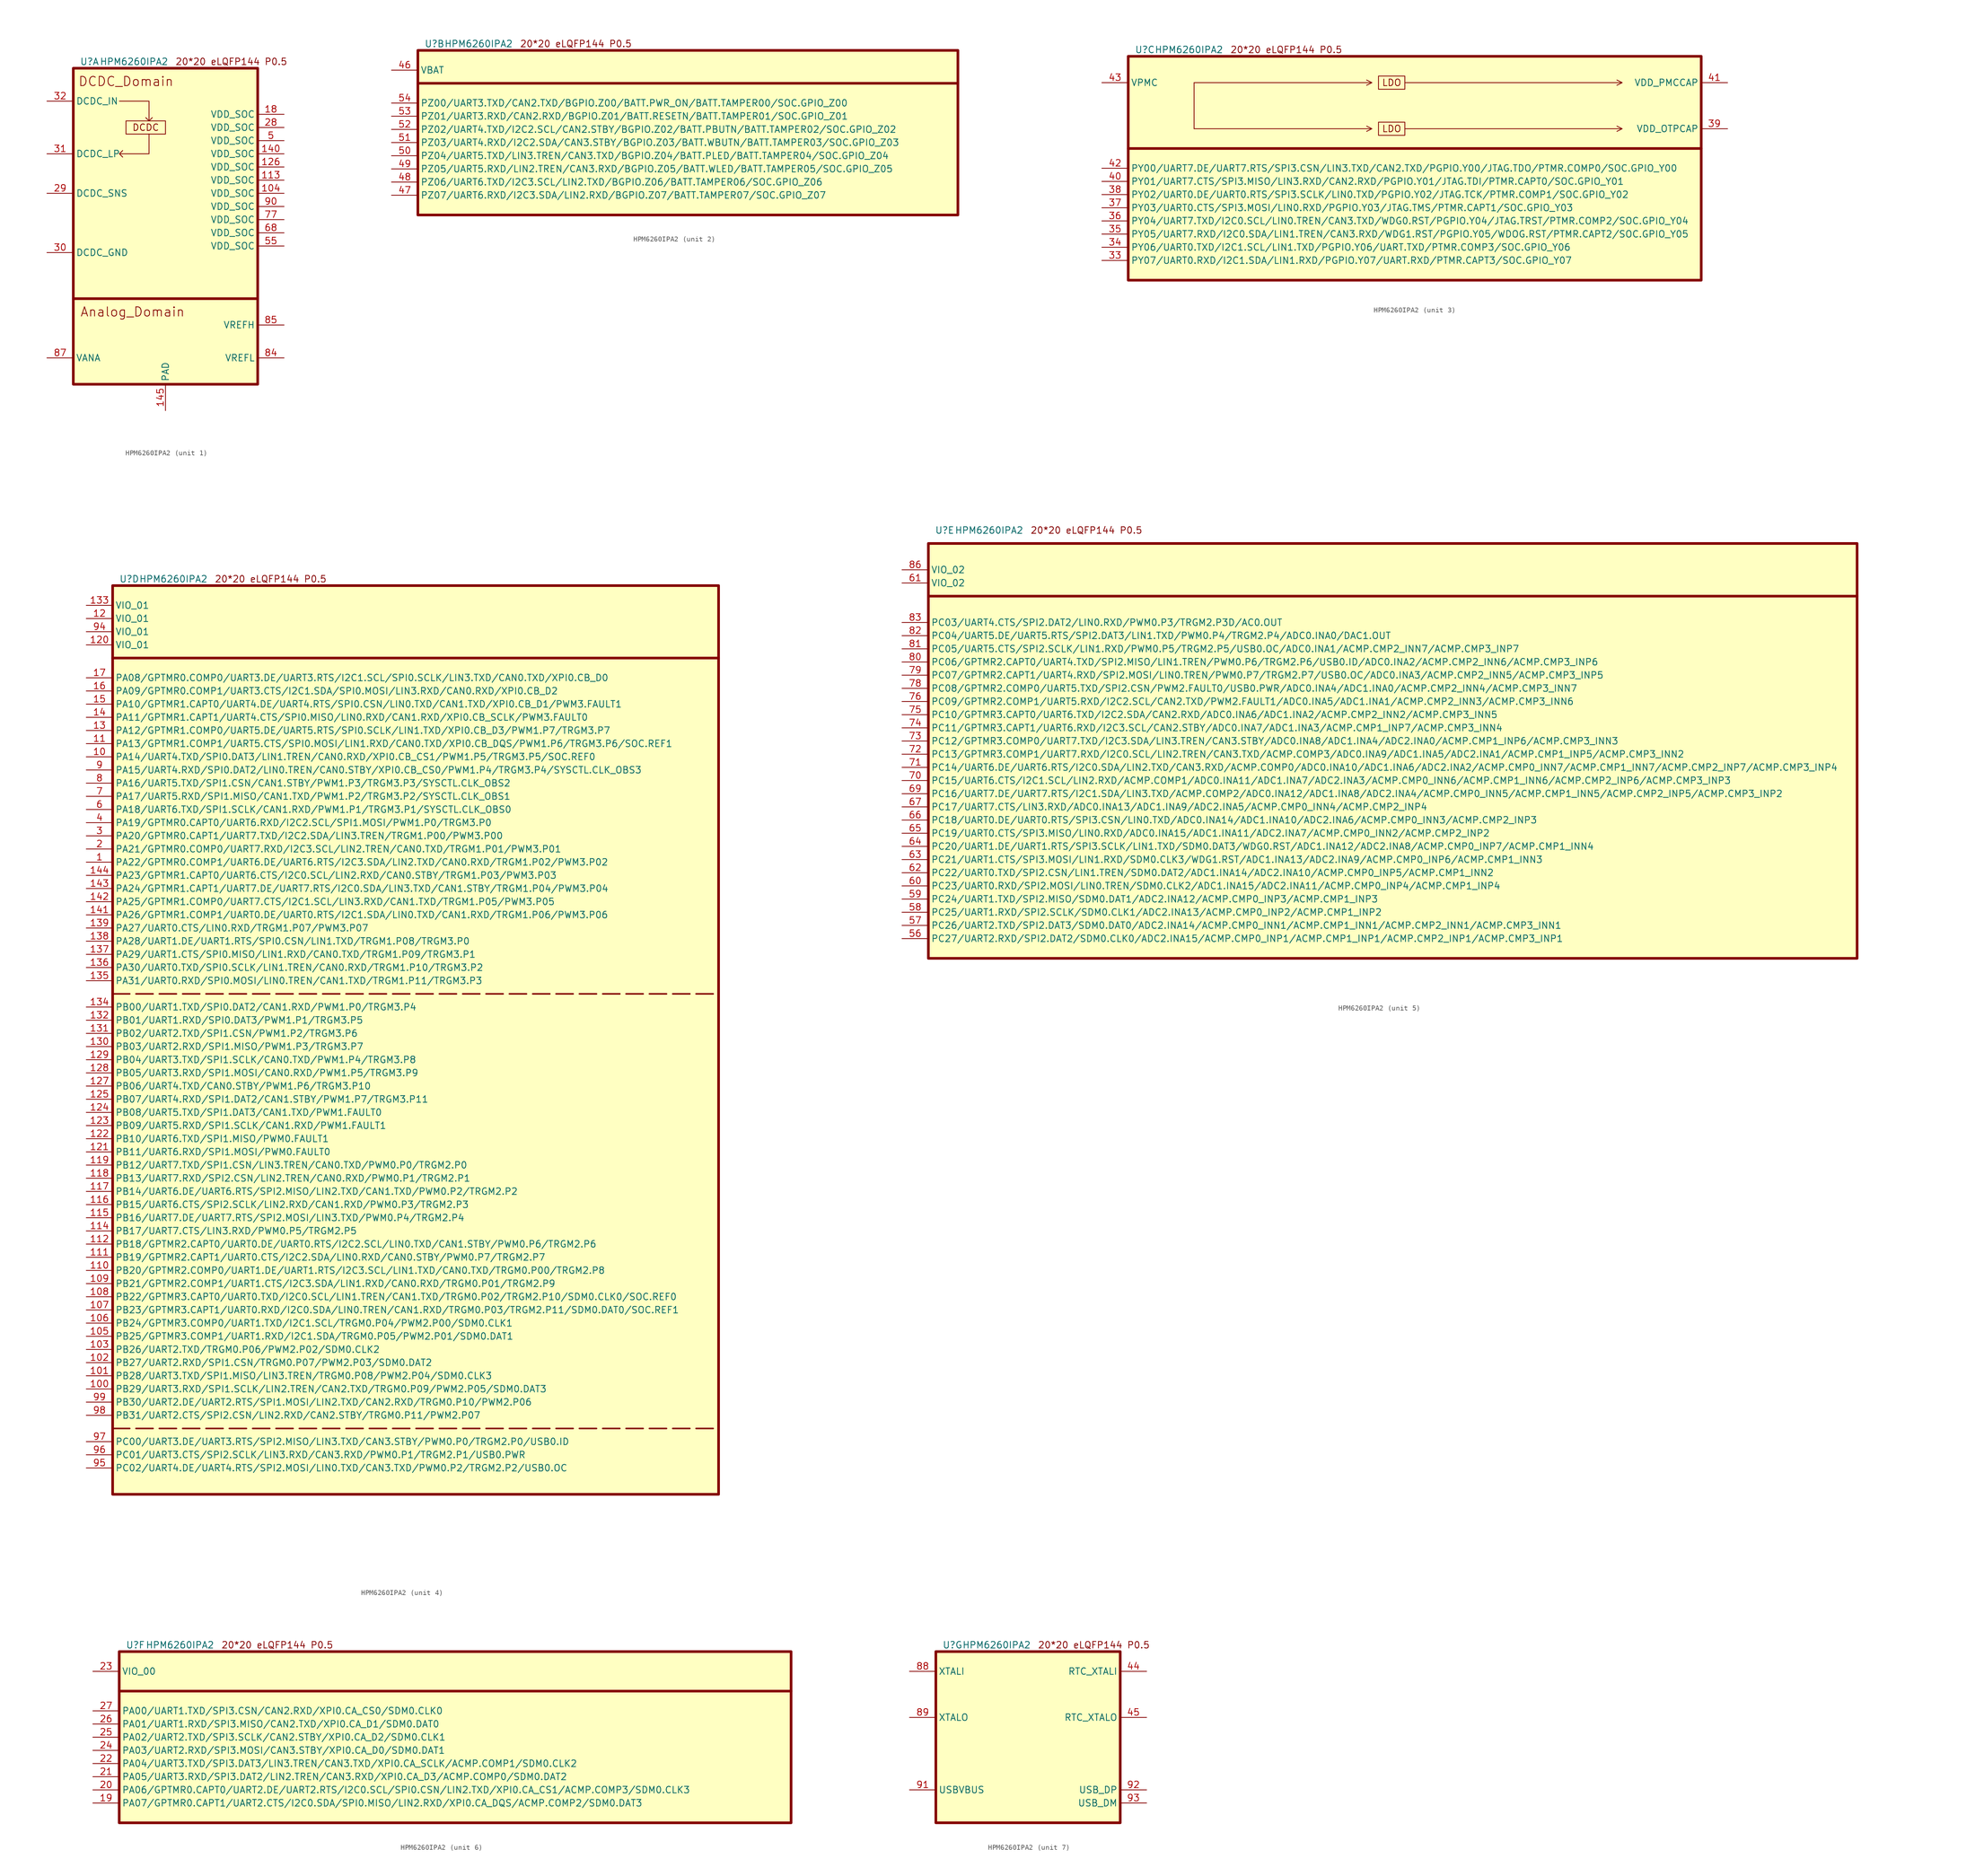
<source format=kicad_sym>
(kicad_symbol_lib
  (version 20220914)
  (generator kicad_symbol_editor)
  (symbol "HPM6260IPA2"
    (property "Reference" "U"
      (at 1.27 1.27 0)
      (effects (font (size 1.27 1.27)) (justify left)))
    (property "Value" "HPM6260IPA2"
      (at 5.08 1.27 0)
      (effects (font (size 1.27 1.27)) (justify left)))
    (property "ki_locked" ""
      (at 0 0 0)
      (effects (font (size 1.27 1.27))))
    (symbol "HPM6260IPA2_0_0"
      (text "20*20 eLQFP144 P0.5" (at 30.48 1.27 0) (effects (font (size 1.27 1.27)))))
    (symbol "HPM6260IPA2_1_1"
      (polyline (pts (xy 0 -44.45) (xy 35.56 -44.45)) (stroke (width 0.508) (type default)) (fill (type none)))
      (polyline (pts (xy 8.89 -6.35) (xy 14.605 -6.35) (xy 14.605 -10.16) (xy 13.97 -9.525) (xy 14.605 -10.16) (xy 15.24 -9.525)) (stroke (width 0) (type default)) (fill (type none)))
      (polyline (pts (xy 14.605 -12.7) (xy 14.605 -16.51) (xy 8.89 -16.51) (xy 9.525 -15.875) (xy 8.89 -16.51) (xy 9.525 -17.145)) (stroke (width 0) (type default)) (fill (type none)))
      (rectangle (start 0 0) (end 35.56 -60.96) (stroke (width 0.508) (type default)) (fill (type background)))
      (rectangle (start 10.16 -10.16) (end 17.78 -12.7) (stroke (width 0) (type default)) (fill (type none)))
      (text "Analog_Domain" (at 11.43 -46.99 0) (effects (font (size 1.778 1.778))))
      (text "DCDC" (at 13.97 -11.43 0) (effects (font (size 1.27 1.27))))
      (text "DCDC_Domain" (at 10.16 -2.54 0) (effects (font (size 1.778 1.778))))
      (pin power_in line (at 40.64 -24.13 180) (length 5.08) (name "VDD_SOC" (effects (font (size 1.27 1.27)))) (number "104" (effects (font (size 1.27 1.27)))))
      (pin power_in line (at 40.64 -21.59 180) (length 5.08) (name "VDD_SOC" (effects (font (size 1.27 1.27)))) (number "113" (effects (font (size 1.27 1.27)))))
      (pin power_in line (at 40.64 -19.05 180) (length 5.08) (name "VDD_SOC" (effects (font (size 1.27 1.27)))) (number "126" (effects (font (size 1.27 1.27)))))
      (pin power_in line (at 40.64 -16.51 180) (length 5.08) (name "VDD_SOC" (effects (font (size 1.27 1.27)))) (number "140" (effects (font (size 1.27 1.27)))))
      (pin power_out line (at 17.78 -66.04 90) (length 5.08) (name "PAD" (effects (font (size 1.27 1.27)))) (number "145" (effects (font (size 1.27 1.27)))))
      (pin power_in line (at 40.64 -8.89 180) (length 5.08) (name "VDD_SOC" (effects (font (size 1.27 1.27)))) (number "18" (effects (font (size 1.27 1.27)))))
      (pin power_in line (at 40.64 -11.43 180) (length 5.08) (name "VDD_SOC" (effects (font (size 1.27 1.27)))) (number "28" (effects (font (size 1.27 1.27)))))
      (pin input line (at -5.08 -24.13 0) (length 5.08) (name "DCDC_SNS" (effects (font (size 1.27 1.27)))) (number "29" (effects (font (size 1.27 1.27)))))
      (pin power_out line (at -5.08 -35.56 0) (length 5.08) (name "DCDC_GND" (effects (font (size 1.27 1.27)))) (number "30" (effects (font (size 1.27 1.27)))))
      (pin power_out line (at -5.08 -16.51 0) (length 5.08) (name "DCDC_LP" (effects (font (size 1.27 1.27)))) (number "31" (effects (font (size 1.27 1.27)))))
      (pin power_in line (at -5.08 -6.35 0) (length 5.08) (name "DCDC_IN" (effects (font (size 1.27 1.27)))) (number "32" (effects (font (size 1.27 1.27)))))
      (pin power_in line (at 40.64 -13.97 180) (length 5.08) (name "VDD_SOC" (effects (font (size 1.27 1.27)))) (number "5" (effects (font (size 1.27 1.27)))))
      (pin power_in line (at 40.64 -34.29 180) (length 5.08) (name "VDD_SOC" (effects (font (size 1.27 1.27)))) (number "55" (effects (font (size 1.27 1.27)))))
      (pin power_in line (at 40.64 -31.75 180) (length 5.08) (name "VDD_SOC" (effects (font (size 1.27 1.27)))) (number "68" (effects (font (size 1.27 1.27)))))
      (pin power_in line (at 40.64 -29.21 180) (length 5.08) (name "VDD_SOC" (effects (font (size 1.27 1.27)))) (number "77" (effects (font (size 1.27 1.27)))))
      (pin power_out line (at 40.64 -55.88 180) (length 5.08) (name "VREFL" (effects (font (size 1.27 1.27)))) (number "84" (effects (font (size 1.27 1.27)))))
      (pin power_in line (at 40.64 -49.53 180) (length 5.08) (name "VREFH" (effects (font (size 1.27 1.27)))) (number "85" (effects (font (size 1.27 1.27)))))
      (pin power_in line (at -5.08 -55.88 0) (length 5.08) (name "VANA" (effects (font (size 1.27 1.27)))) (number "87" (effects (font (size 1.27 1.27)))))
      (pin power_in line (at 40.64 -26.67 180) (length 5.08) (name "VDD_SOC" (effects (font (size 1.27 1.27)))) (number "90" (effects (font (size 1.27 1.27))))))
    (symbol "HPM6260IPA2_2_1"
      (polyline (pts (xy 0 -6.35) (xy 104.14 -6.35)) (stroke (width 0.5) (type default)) (fill (type none)))
      (rectangle (start 0 0) (end 104.14 -31.75) (stroke (width 0.508) (type default)) (fill (type background)))
      (pin power_in line (at -5.08 -3.81 0) (length 5.08) (name "VBAT" (effects (font (size 1.27 1.27)))) (number "46" (effects (font (size 1.27 1.27)))))
      (pin bidirectional line (at -5.08 -27.94 0) (length 5.08) (name "PZ07/UART6.RXD/I2C3.SDA/LIN2.RXD/BGPIO.Z07/BATT.TAMPER07/SOC.GPIO_Z07" (effects (font (size 1.27 1.27)))) (number "47" (effects (font (size 1.27 1.27)))))
      (pin bidirectional line (at -5.08 -25.4 0) (length 5.08) (name "PZ06/UART6.TXD/I2C3.SCL/LIN2.TXD/BGPIO.Z06/BATT.TAMPER06/SOC.GPIO_Z06" (effects (font (size 1.27 1.27)))) (number "48" (effects (font (size 1.27 1.27)))))
      (pin bidirectional line (at -5.08 -22.86 0) (length 5.08) (name "PZ05/UART5.RXD/LIN2.TREN/CAN3.RXD/BGPIO.Z05/BATT.WLED/BATT.TAMPER05/SOC.GPIO_Z05" (effects (font (size 1.27 1.27)))) (number "49" (effects (font (size 1.27 1.27)))))
      (pin bidirectional line (at -5.08 -20.32 0) (length 5.08) (name "PZ04/UART5.TXD/LIN3.TREN/CAN3.TXD/BGPIO.Z04/BATT.PLED/BATT.TAMPER04/SOC.GPIO_Z04" (effects (font (size 1.27 1.27)))) (number "50" (effects (font (size 1.27 1.27)))))
      (pin bidirectional line (at -5.08 -17.78 0) (length 5.08) (name "PZ03/UART4.RXD/I2C2.SDA/CAN3.STBY/BGPIO.Z03/BATT.WBUTN/BATT.TAMPER03/SOC.GPIO_Z03" (effects (font (size 1.27 1.27)))) (number "51" (effects (font (size 1.27 1.27)))))
      (pin bidirectional line (at -5.08 -15.24 0) (length 5.08) (name "PZ02/UART4.TXD/I2C2.SCL/CAN2.STBY/BGPIO.Z02/BATT.PBUTN/BATT.TAMPER02/SOC.GPIO_Z02" (effects (font (size 1.27 1.27)))) (number "52" (effects (font (size 1.27 1.27)))))
      (pin bidirectional line (at -5.08 -12.7 0) (length 5.08) (name "PZ01/UART3.RXD/CAN2.RXD/BGPIO.Z01/BATT.RESETN/BATT.TAMPER01/SOC.GPIO_Z01" (effects (font (size 1.27 1.27)))) (number "53" (effects (font (size 1.27 1.27)))))
      (pin bidirectional line (at -5.08 -10.16 0) (length 5.08) (name "PZ00/UART3.TXD/CAN2.TXD/BGPIO.Z00/BATT.PWR_ON/BATT.TAMPER00/SOC.GPIO_Z00" (effects (font (size 1.27 1.27)))) (number "54" (effects (font (size 1.27 1.27))))))
    (symbol "HPM6260IPA2_3_0"
      (polyline (pts (xy 12.7 -13.97) (xy 46.99 -13.97) (xy 45.974 -13.462) (xy 46.99 -13.97) (xy 45.974 -14.478)) (stroke (width 0) (type default)) (fill (type none)))
      (polyline (pts (xy 12.7 -5.08) (xy 46.99 -5.08) (xy 45.974 -4.572) (xy 46.99 -5.08) (xy 45.974 -5.588)) (stroke (width 0) (type default)) (fill (type none)))
      (polyline (pts (xy 53.34 -13.97) (xy 95.25 -13.97) (xy 94.234 -13.462) (xy 95.25 -13.97) (xy 94.234 -14.478)) (stroke (width 0) (type default)) (fill (type none)))
      (polyline (pts (xy 53.34 -5.08) (xy 95.25 -5.08) (xy 94.234 -4.572) (xy 95.25 -5.08) (xy 94.234 -5.588)) (stroke (width 0) (type default)) (fill (type none))))
    (symbol "HPM6260IPA2_3_1"
      (polyline (pts (xy 0 -17.78) (xy 110.49 -17.78)) (stroke (width 0.508) (type default)) (fill (type none)))
      (polyline (pts (xy 12.7 -12.7) (xy 12.7 -5.08) (xy 12.7 -13.97)) (stroke (width 0) (type default)) (fill (type none)))
      (rectangle (start 0 0) (end 110.49 -43.18) (stroke (width 0.508) (type default)) (fill (type background)))
      (rectangle (start 48.26 -12.7) (end 53.34 -15.24) (stroke (width 0) (type default)) (fill (type none)))
      (rectangle (start 48.26 -3.81) (end 53.34 -6.35) (stroke (width 0) (type default)) (fill (type none)))
      (text "LDO" (at 50.8 -13.97 0) (effects (font (size 1.27 1.27))))
      (text "LDO" (at 50.8 -5.08 0) (effects (font (size 1.27 1.27))))
      (pin bidirectional line (at -5.08 -39.37 0) (length 5.08) (name "PY07/UART0.RXD/I2C1.SDA/LIN1.RXD/PGPIO.Y07/UART.RXD/PTMR.CAPT3/SOC.GPIO_Y07" (effects (font (size 1.27 1.27)))) (number "33" (effects (font (size 1.27 1.27)))))
      (pin bidirectional line (at -5.08 -36.83 0) (length 5.08) (name "PY06/UART0.TXD/I2C1.SCL/LIN1.TXD/PGPIO.Y06/UART.TXD/PTMR.COMP3/SOC.GPIO_Y06" (effects (font (size 1.27 1.27)))) (number "34" (effects (font (size 1.27 1.27)))))
      (pin bidirectional line (at -5.08 -34.29 0) (length 5.08) (name "PY05/UART7.RXD/I2C0.SDA/LIN1.TREN/CAN3.RXD/WDG1.RST/PGPIO.Y05/WDOG.RST/PTMR.CAPT2/SOC.GPIO_Y05" (effects (font (size 1.27 1.27)))) (number "35" (effects (font (size 1.27 1.27)))))
      (pin bidirectional line (at -5.08 -31.75 0) (length 5.08) (name "PY04/UART7.TXD/I2C0.SCL/LIN0.TREN/CAN3.TXD/WDG0.RST/PGPIO.Y04/JTAG.TRST/PTMR.COMP2/SOC.GPIO_Y04" (effects (font (size 1.27 1.27)))) (number "36" (effects (font (size 1.27 1.27)))))
      (pin bidirectional line (at -5.08 -29.21 0) (length 5.08) (name "PY03/UART0.CTS/SPI3.MOSI/LIN0.RXD/PGPIO.Y03/JTAG.TMS/PTMR.CAPT1/SOC.GPIO_Y03" (effects (font (size 1.27 1.27)))) (number "37" (effects (font (size 1.27 1.27)))))
      (pin bidirectional line (at -5.08 -26.67 0) (length 5.08) (name "PY02/UART0.DE/UART0.RTS/SPI3.SCLK/LIN0.TXD/PGPIO.Y02/JTAG.TCK/PTMR.COMP1/SOC.GPIO_Y02" (effects (font (size 1.27 1.27)))) (number "38" (effects (font (size 1.27 1.27)))))
      (pin power_out line (at 115.57 -13.97 180) (length 5.08) (name "VDD_OTPCAP" (effects (font (size 1.27 1.27)))) (number "39" (effects (font (size 1.27 1.27)))))
      (pin bidirectional line (at -5.08 -24.13 0) (length 5.08) (name "PY01/UART7.CTS/SPI3.MISO/LIN3.RXD/CAN2.RXD/PGPIO.Y01/JTAG.TDI/PTMR.CAPT0/SOC.GPIO_Y01" (effects (font (size 1.27 1.27)))) (number "40" (effects (font (size 1.27 1.27)))))
      (pin power_out line (at 115.57 -5.08 180) (length 5.08) (name "VDD_PMCCAP" (effects (font (size 1.27 1.27)))) (number "41" (effects (font (size 1.27 1.27)))))
      (pin bidirectional line (at -5.08 -21.59 0) (length 5.08) (name "PY00/UART7.DE/UART7.RTS/SPI3.CSN/LIN3.TXD/CAN2.TXD/PGPIO.Y00/JTAG.TDO/PTMR.COMP0/SOC.GPIO_Y00" (effects (font (size 1.27 1.27)))) (number "42" (effects (font (size 1.27 1.27)))))
      (pin power_in line (at -5.08 -5.08 0) (length 5.08) (name "VPMC" (effects (font (size 1.27 1.27)))) (number "43" (effects (font (size 1.27 1.27))))))
    (symbol "HPM6260IPA2_4_1"
      (polyline (pts (xy 0 -162.56) (xy 116.84 -162.56)) (stroke (width 0.3) (type dash)) (fill (type none)))
      (polyline (pts (xy 0 -78.74) (xy 116.84 -78.74)) (stroke (width 0.3) (type dash)) (fill (type none)))
      (polyline (pts (xy 0 -13.97) (xy 116.84 -13.97)) (stroke (width 0.5) (type default)) (fill (type none)))
      (rectangle (start 0 0) (end 116.84 -175.26) (stroke (width 0.508) (type default)) (fill (type background)))
      (pin bidirectional line (at -5.08 -53.34 0) (length 5.08) (name "PA22/GPTMR0.COMP1/UART6.DE/UART6.RTS/I2C3.SDA/LIN2.TXD/CAN0.RXD/TRGM1.P02/PWM3.P02" (effects (font (size 1.27 1.27)))) (number "1" (effects (font (size 1.27 1.27)))))
      (pin bidirectional line (at -5.08 -33.02 0) (length 5.08) (name "PA14/UART4.TXD/SPI0.DAT3/LIN1.TREN/CAN0.RXD/XPI0.CB_CS1/PWM1.P5/TRGM3.P5/SOC.REF0" (effects (font (size 1.27 1.27)))) (number "10" (effects (font (size 1.27 1.27)))))
      (pin bidirectional line (at -5.08 -154.94 0) (length 5.08) (name "PB29/UART3.RXD/SPI1.SCLK/LIN2.TREN/CAN2.TXD/TRGM0.P09/PWM2.P05/SDM0.DAT3" (effects (font (size 1.27 1.27)))) (number "100" (effects (font (size 1.27 1.27)))))
      (pin bidirectional line (at -5.08 -152.4 0) (length 5.08) (name "PB28/UART3.TXD/SPI1.MISO/LIN3.TREN/TRGM0.P08/PWM2.P04/SDM0.CLK3" (effects (font (size 1.27 1.27)))) (number "101" (effects (font (size 1.27 1.27)))))
      (pin bidirectional line (at -5.08 -149.86 0) (length 5.08) (name "PB27/UART2.RXD/SPI1.CSN/TRGM0.P07/PWM2.P03/SDM0.DAT2" (effects (font (size 1.27 1.27)))) (number "102" (effects (font (size 1.27 1.27)))))
      (pin bidirectional line (at -5.08 -147.32 0) (length 5.08) (name "PB26/UART2.TXD/TRGM0.P06/PWM2.P02/SDM0.CLK2" (effects (font (size 1.27 1.27)))) (number "103" (effects (font (size 1.27 1.27)))))
      (pin bidirectional line (at -5.08 -144.78 0) (length 5.08) (name "PB25/GPTMR3.COMP1/UART1.RXD/I2C1.SDA/TRGM0.P05/PWM2.P01/SDM0.DAT1" (effects (font (size 1.27 1.27)))) (number "105" (effects (font (size 1.27 1.27)))))
      (pin bidirectional line (at -5.08 -142.24 0) (length 5.08) (name "PB24/GPTMR3.COMP0/UART1.TXD/I2C1.SCL/TRGM0.P04/PWM2.P00/SDM0.CLK1" (effects (font (size 1.27 1.27)))) (number "106" (effects (font (size 1.27 1.27)))))
      (pin bidirectional line (at -5.08 -139.7 0) (length 5.08) (name "PB23/GPTMR3.CAPT1/UART0.RXD/I2C0.SDA/LIN0.TREN/CAN1.RXD/TRGM0.P03/TRGM2.P11/SDM0.DAT0/SOC.REF1" (effects (font (size 1.27 1.27)))) (number "107" (effects (font (size 1.27 1.27)))))
      (pin bidirectional line (at -5.08 -137.16 0) (length 5.08) (name "PB22/GPTMR3.CAPT0/UART0.TXD/I2C0.SCL/LIN1.TREN/CAN1.TXD/TRGM0.P02/TRGM2.P10/SDM0.CLK0/SOC.REF0" (effects (font (size 1.27 1.27)))) (number "108" (effects (font (size 1.27 1.27)))))
      (pin bidirectional line (at -5.08 -134.62 0) (length 5.08) (name "PB21/GPTMR2.COMP1/UART1.CTS/I2C3.SDA/LIN1.RXD/CAN0.RXD/TRGM0.P01/TRGM2.P9" (effects (font (size 1.27 1.27)))) (number "109" (effects (font (size 1.27 1.27)))))
      (pin bidirectional line (at -5.08 -30.48 0) (length 5.08) (name "PA13/GPTMR1.COMP1/UART5.CTS/SPI0.MOSI/LIN1.RXD/CAN0.TXD/XPI0.CB_DQS/PWM1.P6/TRGM3.P6/SOC.REF1" (effects (font (size 1.27 1.27)))) (number "11" (effects (font (size 1.27 1.27)))))
      (pin bidirectional line (at -5.08 -132.08 0) (length 5.08) (name "PB20/GPTMR2.COMP0/UART1.DE/UART1.RTS/I2C3.SCL/LIN1.TXD/CAN0.TXD/TRGM0.P00/TRGM2.P8" (effects (font (size 1.27 1.27)))) (number "110" (effects (font (size 1.27 1.27)))))
      (pin bidirectional line (at -5.08 -129.54 0) (length 5.08) (name "PB19/GPTMR2.CAPT1/UART0.CTS/I2C2.SDA/LIN0.RXD/CAN0.STBY/PWM0.P7/TRGM2.P7" (effects (font (size 1.27 1.27)))) (number "111" (effects (font (size 1.27 1.27)))))
      (pin bidirectional line (at -5.08 -127 0) (length 5.08) (name "PB18/GPTMR2.CAPT0/UART0.DE/UART0.RTS/I2C2.SCL/LIN0.TXD/CAN1.STBY/PWM0.P6/TRGM2.P6" (effects (font (size 1.27 1.27)))) (number "112" (effects (font (size 1.27 1.27)))))
      (pin bidirectional line (at -5.08 -124.46 0) (length 5.08) (name "PB17/UART7.CTS/LIN3.RXD/PWM0.P5/TRGM2.P5" (effects (font (size 1.27 1.27)))) (number "114" (effects (font (size 1.27 1.27)))))
      (pin bidirectional line (at -5.08 -121.92 0) (length 5.08) (name "PB16/UART7.DE/UART7.RTS/SPI2.MOSI/LIN3.TXD/PWM0.P4/TRGM2.P4" (effects (font (size 1.27 1.27)))) (number "115" (effects (font (size 1.27 1.27)))))
      (pin bidirectional line (at -5.08 -119.38 0) (length 5.08) (name "PB15/UART6.CTS/SPI2.SCLK/LIN2.RXD/CAN1.RXD/PWM0.P3/TRGM2.P3" (effects (font (size 1.27 1.27)))) (number "116" (effects (font (size 1.27 1.27)))))
      (pin bidirectional line (at -5.08 -116.84 0) (length 5.08) (name "PB14/UART6.DE/UART6.RTS/SPI2.MISO/LIN2.TXD/CAN1.TXD/PWM0.P2/TRGM2.P2" (effects (font (size 1.27 1.27)))) (number "117" (effects (font (size 1.27 1.27)))))
      (pin bidirectional line (at -5.08 -114.3 0) (length 5.08) (name "PB13/UART7.RXD/SPI2.CSN/LIN2.TREN/CAN0.RXD/PWM0.P1/TRGM2.P1" (effects (font (size 1.27 1.27)))) (number "118" (effects (font (size 1.27 1.27)))))
      (pin bidirectional line (at -5.08 -111.76 0) (length 5.08) (name "PB12/UART7.TXD/SPI1.CSN/LIN3.TREN/CAN0.TXD/PWM0.P0/TRGM2.P0" (effects (font (size 1.27 1.27)))) (number "119" (effects (font (size 1.27 1.27)))))
      (pin power_in line (at -5.08 -6.35 0) (length 5.08) (name "VIO_01" (effects (font (size 1.27 1.27)))) (number "12" (effects (font (size 1.27 1.27)))))
      (pin power_in line (at -5.08 -11.43 0) (length 5.08) (name "VIO_01" (effects (font (size 1.27 1.27)))) (number "120" (effects (font (size 1.27 1.27)))))
      (pin bidirectional line (at -5.08 -109.22 0) (length 5.08) (name "PB11/UART6.RXD/SPI1.MOSI/PWM0.FAULT0" (effects (font (size 1.27 1.27)))) (number "121" (effects (font (size 1.27 1.27)))))
      (pin bidirectional line (at -5.08 -106.68 0) (length 5.08) (name "PB10/UART6.TXD/SPI1.MISO/PWM0.FAULT1" (effects (font (size 1.27 1.27)))) (number "122" (effects (font (size 1.27 1.27)))))
      (pin bidirectional line (at -5.08 -104.14 0) (length 5.08) (name "PB09/UART5.RXD/SPI1.SCLK/CAN1.RXD/PWM1.FAULT1" (effects (font (size 1.27 1.27)))) (number "123" (effects (font (size 1.27 1.27)))))
      (pin bidirectional line (at -5.08 -101.6 0) (length 5.08) (name "PB08/UART5.TXD/SPI1.DAT3/CAN1.TXD/PWM1.FAULT0" (effects (font (size 1.27 1.27)))) (number "124" (effects (font (size 1.27 1.27)))))
      (pin bidirectional line (at -5.08 -99.06 0) (length 5.08) (name "PB07/UART4.RXD/SPI1.DAT2/CAN1.STBY/PWM1.P7/TRGM3.P11" (effects (font (size 1.27 1.27)))) (number "125" (effects (font (size 1.27 1.27)))))
      (pin bidirectional line (at -5.08 -96.52 0) (length 5.08) (name "PB06/UART4.TXD/CAN0.STBY/PWM1.P6/TRGM3.P10" (effects (font (size 1.27 1.27)))) (number "127" (effects (font (size 1.27 1.27)))))
      (pin bidirectional line (at -5.08 -93.98 0) (length 5.08) (name "PB05/UART3.RXD/SPI1.MOSI/CAN0.RXD/PWM1.P5/TRGM3.P9" (effects (font (size 1.27 1.27)))) (number "128" (effects (font (size 1.27 1.27)))))
      (pin bidirectional line (at -5.08 -91.44 0) (length 5.08) (name "PB04/UART3.TXD/SPI1.SCLK/CAN0.TXD/PWM1.P4/TRGM3.P8" (effects (font (size 1.27 1.27)))) (number "129" (effects (font (size 1.27 1.27)))))
      (pin bidirectional line (at -5.08 -27.94 0) (length 5.08) (name "PA12/GPTMR1.COMP0/UART5.DE/UART5.RTS/SPI0.SCLK/LIN1.TXD/XPI0.CB_D3/PWM1.P7/TRGM3.P7" (effects (font (size 1.27 1.27)))) (number "13" (effects (font (size 1.27 1.27)))))
      (pin bidirectional line (at -5.08 -88.9 0) (length 5.08) (name "PB03/UART2.RXD/SPI1.MISO/PWM1.P3/TRGM3.P7" (effects (font (size 1.27 1.27)))) (number "130" (effects (font (size 1.27 1.27)))))
      (pin bidirectional line (at -5.08 -86.36 0) (length 5.08) (name "PB02/UART2.TXD/SPI1.CSN/PWM1.P2/TRGM3.P6" (effects (font (size 1.27 1.27)))) (number "131" (effects (font (size 1.27 1.27)))))
      (pin bidirectional line (at -5.08 -83.82 0) (length 5.08) (name "PB01/UART1.RXD/SPI0.DAT3/PWM1.P1/TRGM3.P5" (effects (font (size 1.27 1.27)))) (number "132" (effects (font (size 1.27 1.27)))))
      (pin power_in line (at -5.08 -3.81 0) (length 5.08) (name "VIO_01" (effects (font (size 1.27 1.27)))) (number "133" (effects (font (size 1.27 1.27)))))
      (pin bidirectional line (at -5.08 -81.28 0) (length 5.08) (name "PB00/UART1.TXD/SPI0.DAT2/CAN1.RXD/PWM1.P0/TRGM3.P4" (effects (font (size 1.27 1.27)))) (number "134" (effects (font (size 1.27 1.27)))))
      (pin bidirectional line (at -5.08 -76.2 0) (length 5.08) (name "PA31/UART0.RXD/SPI0.MOSI/LIN0.TREN/CAN1.TXD/TRGM1.P11/TRGM3.P3" (effects (font (size 1.27 1.27)))) (number "135" (effects (font (size 1.27 1.27)))))
      (pin bidirectional line (at -5.08 -73.66 0) (length 5.08) (name "PA30/UART0.TXD/SPI0.SCLK/LIN1.TREN/CAN0.RXD/TRGM1.P10/TRGM3.P2" (effects (font (size 1.27 1.27)))) (number "136" (effects (font (size 1.27 1.27)))))
      (pin bidirectional line (at -5.08 -71.12 0) (length 5.08) (name "PA29/UART1.CTS/SPI0.MISO/LIN1.RXD/CAN0.TXD/TRGM1.P09/TRGM3.P1" (effects (font (size 1.27 1.27)))) (number "137" (effects (font (size 1.27 1.27)))))
      (pin bidirectional line (at -5.08 -68.58 0) (length 5.08) (name "PA28/UART1.DE/UART1.RTS/SPI0.CSN/LIN1.TXD/TRGM1.P08/TRGM3.P0" (effects (font (size 1.27 1.27)))) (number "138" (effects (font (size 1.27 1.27)))))
      (pin bidirectional line (at -5.08 -66.04 0) (length 5.08) (name "PA27/UART0.CTS/LIN0.RXD/TRGM1.P07/PWM3.P07" (effects (font (size 1.27 1.27)))) (number "139" (effects (font (size 1.27 1.27)))))
      (pin bidirectional line (at -5.08 -25.4 0) (length 5.08) (name "PA11/GPTMR1.CAPT1/UART4.CTS/SPI0.MISO/LIN0.RXD/CAN1.RXD/XPI0.CB_SCLK/PWM3.FAULT0" (effects (font (size 1.27 1.27)))) (number "14" (effects (font (size 1.27 1.27)))))
      (pin bidirectional line (at -5.08 -63.5 0) (length 5.08) (name "PA26/GPTMR1.COMP1/UART0.DE/UART0.RTS/I2C1.SDA/LIN0.TXD/CAN1.RXD/TRGM1.P06/PWM3.P06" (effects (font (size 1.27 1.27)))) (number "141" (effects (font (size 1.27 1.27)))))
      (pin bidirectional line (at -5.08 -60.96 0) (length 5.08) (name "PA25/GPTMR1.COMP0/UART7.CTS/I2C1.SCL/LIN3.RXD/CAN1.TXD/TRGM1.P05/PWM3.P05" (effects (font (size 1.27 1.27)))) (number "142" (effects (font (size 1.27 1.27)))))
      (pin bidirectional line (at -5.08 -58.42 0) (length 5.08) (name "PA24/GPTMR1.CAPT1/UART7.DE/UART7.RTS/I2C0.SDA/LIN3.TXD/CAN1.STBY/TRGM1.P04/PWM3.P04" (effects (font (size 1.27 1.27)))) (number "143" (effects (font (size 1.27 1.27)))))
      (pin bidirectional line (at -5.08 -55.88 0) (length 5.08) (name "PA23/GPTMR1.CAPT0/UART6.CTS/I2C0.SCL/LIN2.RXD/CAN0.STBY/TRGM1.P03/PWM3.P03" (effects (font (size 1.27 1.27)))) (number "144" (effects (font (size 1.27 1.27)))))
      (pin bidirectional line (at -5.08 -22.86 0) (length 5.08) (name "PA10/GPTMR1.CAPT0/UART4.DE/UART4.RTS/SPI0.CSN/LIN0.TXD/CAN1.TXD/XPI0.CB_D1/PWM3.FAULT1" (effects (font (size 1.27 1.27)))) (number "15" (effects (font (size 1.27 1.27)))))
      (pin bidirectional line (at -5.08 -20.32 0) (length 5.08) (name "PA09/GPTMR0.COMP1/UART3.CTS/I2C1.SDA/SPI0.MOSI/LIN3.RXD/CAN0.RXD/XPI0.CB_D2" (effects (font (size 1.27 1.27)))) (number "16" (effects (font (size 1.27 1.27)))))
      (pin bidirectional line (at -5.08 -17.78 0) (length 5.08) (name "PA08/GPTMR0.COMP0/UART3.DE/UART3.RTS/I2C1.SCL/SPI0.SCLK/LIN3.TXD/CAN0.TXD/XPI0.CB_D0" (effects (font (size 1.27 1.27)))) (number "17" (effects (font (size 1.27 1.27)))))
      (pin bidirectional line (at -5.08 -50.8 0) (length 5.08) (name "PA21/GPTMR0.COMP0/UART7.RXD/I2C3.SCL/LIN2.TREN/CAN0.TXD/TRGM1.P01/PWM3.P01" (effects (font (size 1.27 1.27)))) (number "2" (effects (font (size 1.27 1.27)))))
      (pin bidirectional line (at -5.08 -48.26 0) (length 5.08) (name "PA20/GPTMR0.CAPT1/UART7.TXD/I2C2.SDA/LIN3.TREN/TRGM1.P00/PWM3.P00" (effects (font (size 1.27 1.27)))) (number "3" (effects (font (size 1.27 1.27)))))
      (pin bidirectional line (at -5.08 -45.72 0) (length 5.08) (name "PA19/GPTMR0.CAPT0/UART6.RXD/I2C2.SCL/SPI1.MOSI/PWM1.P0/TRGM3.P0" (effects (font (size 1.27 1.27)))) (number "4" (effects (font (size 1.27 1.27)))))
      (pin bidirectional line (at -5.08 -43.18 0) (length 5.08) (name "PA18/UART6.TXD/SPI1.SCLK/CAN1.RXD/PWM1.P1/TRGM3.P1/SYSCTL.CLK_OBS0" (effects (font (size 1.27 1.27)))) (number "6" (effects (font (size 1.27 1.27)))))
      (pin bidirectional line (at -5.08 -40.64 0) (length 5.08) (name "PA17/UART5.RXD/SPI1.MISO/CAN1.TXD/PWM1.P2/TRGM3.P2/SYSCTL.CLK_OBS1" (effects (font (size 1.27 1.27)))) (number "7" (effects (font (size 1.27 1.27)))))
      (pin bidirectional line (at -5.08 -38.1 0) (length 5.08) (name "PA16/UART5.TXD/SPI1.CSN/CAN1.STBY/PWM1.P3/TRGM3.P3/SYSCTL.CLK_OBS2" (effects (font (size 1.27 1.27)))) (number "8" (effects (font (size 1.27 1.27)))))
      (pin bidirectional line (at -5.08 -35.56 0) (length 5.08) (name "PA15/UART4.RXD/SPI0.DAT2/LIN0.TREN/CAN0.STBY/XPI0.CB_CS0/PWM1.P4/TRGM3.P4/SYSCTL.CLK_OBS3" (effects (font (size 1.27 1.27)))) (number "9" (effects (font (size 1.27 1.27)))))
      (pin power_in line (at -5.08 -8.89 0) (length 5.08) (name "VIO_01" (effects (font (size 1.27 1.27)))) (number "94" (effects (font (size 1.27 1.27)))))
      (pin bidirectional line (at -5.08 -170.18 0) (length 5.08) (name "PC02/UART4.DE/UART4.RTS/SPI2.MOSI/LIN0.TXD/CAN3.TXD/PWM0.P2/TRGM2.P2/USB0.OC" (effects (font (size 1.27 1.27)))) (number "95" (effects (font (size 1.27 1.27)))))
      (pin bidirectional line (at -5.08 -167.64 0) (length 5.08) (name "PC01/UART3.CTS/SPI2.SCLK/LIN3.RXD/CAN3.RXD/PWM0.P1/TRGM2.P1/USB0.PWR" (effects (font (size 1.27 1.27)))) (number "96" (effects (font (size 1.27 1.27)))))
      (pin bidirectional line (at -5.08 -165.1 0) (length 5.08) (name "PC00/UART3.DE/UART3.RTS/SPI2.MISO/LIN3.TXD/CAN3.STBY/PWM0.P0/TRGM2.P0/USB0.ID" (effects (font (size 1.27 1.27)))) (number "97" (effects (font (size 1.27 1.27)))))
      (pin bidirectional line (at -5.08 -160.02 0) (length 5.08) (name "PB31/UART2.CTS/SPI2.CSN/LIN2.RXD/CAN2.STBY/TRGM0.P11/PWM2.P07" (effects (font (size 1.27 1.27)))) (number "98" (effects (font (size 1.27 1.27)))))
      (pin bidirectional line (at -5.08 -157.48 0) (length 5.08) (name "PB30/UART2.DE/UART2.RTS/SPI1.MOSI/LIN2.TXD/CAN2.RXD/TRGM0.P10/PWM2.P06" (effects (font (size 1.27 1.27)))) (number "99" (effects (font (size 1.27 1.27))))))
    (symbol "HPM6260IPA2_5_1"
      (rectangle (start 0 -1.27) (end 179.07 -81.28) (stroke (width 0.508) (type default)) (fill (type background)))
      (polyline (pts (xy 0 -11.43) (xy 179.07 -11.43)) (stroke (width 0.5) (type default)) (fill (type none)))
      (pin bidirectional line (at -5.08 -77.47 0) (length 5.08) (name "PC27/UART2.RXD/SPI2.DAT2/SDM0.CLK0/ADC2.INA15/ACMP.CMP0_INP1/ACMP.CMP1_INP1/ACMP.CMP2_INP1/ACMP.CMP3_INP1" (effects (font (size 1.27 1.27)))) (number "56" (effects (font (size 1.27 1.27)))))
      (pin bidirectional line (at -5.08 -74.93 0) (length 5.08) (name "PC26/UART2.TXD/SPI2.DAT3/SDM0.DAT0/ADC2.INA14/ACMP.CMP0_INN1/ACMP.CMP1_INN1/ACMP.CMP2_INN1/ACMP.CMP3_INN1" (effects (font (size 1.27 1.27)))) (number "57" (effects (font (size 1.27 1.27)))))
      (pin bidirectional line (at -5.08 -72.39 0) (length 5.08) (name "PC25/UART1.RXD/SPI2.SCLK/SDM0.CLK1/ADC2.INA13/ACMP.CMP0_INP2/ACMP.CMP1_INP2" (effects (font (size 1.27 1.27)))) (number "58" (effects (font (size 1.27 1.27)))))
      (pin bidirectional line (at -5.08 -69.85 0) (length 5.08) (name "PC24/UART1.TXD/SPI2.MISO/SDM0.DAT1/ADC2.INA12/ACMP.CMP0_INP3/ACMP.CMP1_INP3" (effects (font (size 1.27 1.27)))) (number "59" (effects (font (size 1.27 1.27)))))
      (pin bidirectional line (at -5.08 -67.31 0) (length 5.08) (name "PC23/UART0.RXD/SPI2.MOSI/LIN0.TREN/SDM0.CLK2/ADC1.INA15/ADC2.INA11/ACMP.CMP0_INP4/ACMP.CMP1_INP4" (effects (font (size 1.27 1.27)))) (number "60" (effects (font (size 1.27 1.27)))))
      (pin power_in line (at -5.08 -8.89 0) (length 5.08) (name "VIO_02" (effects (font (size 1.27 1.27)))) (number "61" (effects (font (size 1.27 1.27)))))
      (pin bidirectional line (at -5.08 -64.77 0) (length 5.08) (name "PC22/UART0.TXD/SPI2.CSN/LIN1.TREN/SDM0.DAT2/ADC1.INA14/ADC2.INA10/ACMP.CMP0_INP5/ACMP.CMP1_INN2" (effects (font (size 1.27 1.27)))) (number "62" (effects (font (size 1.27 1.27)))))
      (pin bidirectional line (at -5.08 -62.23 0) (length 5.08) (name "PC21/UART1.CTS/SPI3.MOSI/LIN1.RXD/SDM0.CLK3/WDG1.RST/ADC1.INA13/ADC2.INA9/ACMP.CMP0_INP6/ACMP.CMP1_INN3" (effects (font (size 1.27 1.27)))) (number "63" (effects (font (size 1.27 1.27)))))
      (pin bidirectional line (at -5.08 -59.69 0) (length 5.08) (name "PC20/UART1.DE/UART1.RTS/SPI3.SCLK/LIN1.TXD/SDM0.DAT3/WDG0.RST/ADC1.INA12/ADC2.INA8/ACMP.CMP0_INP7/ACMP.CMP1_INN4" (effects (font (size 1.27 1.27)))) (number "64" (effects (font (size 1.27 1.27)))))
      (pin bidirectional line (at -5.08 -57.15 0) (length 5.08) (name "PC19/UART0.CTS/SPI3.MISO/LIN0.RXD/ADC0.INA15/ADC1.INA11/ADC2.INA7/ACMP.CMP0_INN2/ACMP.CMP2_INP2" (effects (font (size 1.27 1.27)))) (number "65" (effects (font (size 1.27 1.27)))))
      (pin bidirectional line (at -5.08 -54.61 0) (length 5.08) (name "PC18/UART0.DE/UART0.RTS/SPI3.CSN/LIN0.TXD/ADC0.INA14/ADC1.INA10/ADC2.INA6/ACMP.CMP0_INN3/ACMP.CMP2_INP3" (effects (font (size 1.27 1.27)))) (number "66" (effects (font (size 1.27 1.27)))))
      (pin bidirectional line (at -5.08 -52.07 0) (length 5.08) (name "PC17/UART7.CTS/LIN3.RXD/ADC0.INA13/ADC1.INA9/ADC2.INA5/ACMP.CMP0_INN4/ACMP.CMP2_INP4" (effects (font (size 1.27 1.27)))) (number "67" (effects (font (size 1.27 1.27)))))
      (pin bidirectional line (at -5.08 -49.53 0) (length 5.08) (name "PC16/UART7.DE/UART7.RTS/I2C1.SDA/LIN3.TXD/ACMP.COMP2/ADC0.INA12/ADC1.INA8/ADC2.INA4/ACMP.CMP0_INN5/ACMP.CMP1_INN5/ACMP.CMP2_INP5/ACMP.CMP3_INP2" (effects (font (size 1.27 1.27)))) (number "69" (effects (font (size 1.27 1.27)))))
      (pin bidirectional line (at -5.08 -46.99 0) (length 5.08) (name "PC15/UART6.CTS/I2C1.SCL/LIN2.RXD/ACMP.COMP1/ADC0.INA11/ADC1.INA7/ADC2.INA3/ACMP.CMP0_INN6/ACMP.CMP1_INN6/ACMP.CMP2_INP6/ACMP.CMP3_INP3" (effects (font (size 1.27 1.27)))) (number "70" (effects (font (size 1.27 1.27)))))
      (pin bidirectional line (at -5.08 -44.45 0) (length 5.08) (name "PC14/UART6.DE/UART6.RTS/I2C0.SDA/LIN2.TXD/CAN3.RXD/ACMP.COMP0/ADC0.INA10/ADC1.INA6/ADC2.INA2/ACMP.CMP0_INN7/ACMP.CMP1_INN7/ACMP.CMP2_INP7/ACMP.CMP3_INP4" (effects (font (size 1.27 1.27)))) (number "71" (effects (font (size 1.27 1.27)))))
      (pin bidirectional line (at -5.08 -41.91 0) (length 5.08) (name "PC13/GPTMR3.COMP1/UART7.RXD/I2C0.SCL/LIN2.TREN/CAN3.TXD/ACMP.COMP3/ADC0.INA9/ADC1.INA5/ADC2.INA1/ACMP.CMP1_INP5/ACMP.CMP3_INN2" (effects (font (size 1.27 1.27)))) (number "72" (effects (font (size 1.27 1.27)))))
      (pin bidirectional line (at -5.08 -39.37 0) (length 5.08) (name "PC12/GPTMR3.COMP0/UART7.TXD/I2C3.SDA/LIN3.TREN/CAN3.STBY/ADC0.INA8/ADC1.INA4/ADC2.INA0/ACMP.CMP1_INP6/ACMP.CMP3_INN3" (effects (font (size 1.27 1.27)))) (number "73" (effects (font (size 1.27 1.27)))))
      (pin bidirectional line (at -5.08 -36.83 0) (length 5.08) (name "PC11/GPTMR3.CAPT1/UART6.RXD/I2C3.SCL/CAN2.STBY/ADC0.INA7/ADC1.INA3/ACMP.CMP1_INP7/ACMP.CMP3_INN4" (effects (font (size 1.27 1.27)))) (number "74" (effects (font (size 1.27 1.27)))))
      (pin bidirectional line (at -5.08 -34.29 0) (length 5.08) (name "PC10/GPTMR3.CAPT0/UART6.TXD/I2C2.SDA/CAN2.RXD/ADC0.INA6/ADC1.INA2/ACMP.CMP2_INN2/ACMP.CMP3_INN5" (effects (font (size 1.27 1.27)))) (number "75" (effects (font (size 1.27 1.27)))))
      (pin bidirectional line (at -5.08 -31.75 0) (length 5.08) (name "PC09/GPTMR2.COMP1/UART5.RXD/I2C2.SCL/CAN2.TXD/PWM2.FAULT1/ADC0.INA5/ADC1.INA1/ACMP.CMP2_INN3/ACMP.CMP3_INN6" (effects (font (size 1.27 1.27)))) (number "76" (effects (font (size 1.27 1.27)))))
      (pin bidirectional line (at -5.08 -29.21 0) (length 5.08) (name "PC08/GPTMR2.COMP0/UART5.TXD/SPI2.CSN/PWM2.FAULT0/USB0.PWR/ADC0.INA4/ADC1.INA0/ACMP.CMP2_INN4/ACMP.CMP3_INN7" (effects (font (size 1.27 1.27)))) (number "78" (effects (font (size 1.27 1.27)))))
      (pin bidirectional line (at -5.08 -26.67 0) (length 5.08) (name "PC07/GPTMR2.CAPT1/UART4.RXD/SPI2.MOSI/LIN0.TREN/PWM0.P7/TRGM2.P7/USB0.OC/ADC0.INA3/ACMP.CMP2_INN5/ACMP.CMP3_INP5" (effects (font (size 1.27 1.27)))) (number "79" (effects (font (size 1.27 1.27)))))
      (pin bidirectional line (at -5.08 -24.13 0) (length 5.08) (name "PC06/GPTMR2.CAPT0/UART4.TXD/SPI2.MISO/LIN1.TREN/PWM0.P6/TRGM2.P6/USB0.ID/ADC0.INA2/ACMP.CMP2_INN6/ACMP.CMP3_INP6" (effects (font (size 1.27 1.27)))) (number "80" (effects (font (size 1.27 1.27)))))
      (pin bidirectional line (at -5.08 -21.59 0) (length 5.08) (name "PC05/UART5.CTS/SPI2.SCLK/LIN1.RXD/PWM0.P5/TRGM2.P5/USB0.OC/ADC0.INA1/ACMP.CMP2_INN7/ACMP.CMP3_INP7" (effects (font (size 1.27 1.27)))) (number "81" (effects (font (size 1.27 1.27)))))
      (pin bidirectional line (at -5.08 -19.05 0) (length 5.08) (name "PC04/UART5.DE/UART5.RTS/SPI2.DAT3/LIN1.TXD/PWM0.P4/TRGM2.P4/ADC0.INA0/DAC1.OUT" (effects (font (size 1.27 1.27)))) (number "82" (effects (font (size 1.27 1.27)))))
      (pin bidirectional line (at -5.08 -16.51 0) (length 5.08) (name "PC03/UART4.CTS/SPI2.DAT2/LIN0.RXD/PWM0.P3/TRGM2.P3D/AC0.OUT" (effects (font (size 1.27 1.27)))) (number "83" (effects (font (size 1.27 1.27)))))
      (pin power_in line (at -5.08 -6.35 0) (length 5.08) (name "VIO_02" (effects (font (size 1.27 1.27)))) (number "86" (effects (font (size 1.27 1.27))))))
    (symbol "HPM6260IPA2_6_1"
      (polyline (pts (xy 0 -7.62) (xy 129.54 -7.62)) (stroke (width 0.5) (type default)) (fill (type none)))
      (rectangle (start 0 0) (end 129.54 -33.02) (stroke (width 0.508) (type default)) (fill (type background)))
      (pin bidirectional line (at -5.08 -29.21 0) (length 5.08) (name "PA07/GPTMR0.CAPT1/UART2.CTS/I2C0.SDA/SPI0.MISO/LIN2.RXD/XPI0.CA_DQS/ACMP.COMP2/SDM0.DAT3" (effects (font (size 1.27 1.27)))) (number "19" (effects (font (size 1.27 1.27)))))
      (pin bidirectional line (at -5.08 -26.67 0) (length 5.08) (name "PA06/GPTMR0.CAPT0/UART2.DE/UART2.RTS/I2C0.SCL/SPI0.CSN/LIN2.TXD/XPI0.CA_CS1/ACMP.COMP3/SDM0.CLK3" (effects (font (size 1.27 1.27)))) (number "20" (effects (font (size 1.27 1.27)))))
      (pin bidirectional line (at -5.08 -24.13 0) (length 5.08) (name "PA05/UART3.RXD/SPI3.DAT2/LIN2.TREN/CAN3.RXD/XPI0.CA_D3/ACMP.COMP0/SDM0.DAT2" (effects (font (size 1.27 1.27)))) (number "21" (effects (font (size 1.27 1.27)))))
      (pin bidirectional line (at -5.08 -21.59 0) (length 5.08) (name "PA04/UART3.TXD/SPI3.DAT3/LIN3.TREN/CAN3.TXD/XPI0.CA_SCLK/ACMP.COMP1/SDM0.CLK2" (effects (font (size 1.27 1.27)))) (number "22" (effects (font (size 1.27 1.27)))))
      (pin power_in line (at -5.08 -3.81 0) (length 5.08) (name "VIO_00" (effects (font (size 1.27 1.27)))) (number "23" (effects (font (size 1.27 1.27)))))
      (pin bidirectional line (at -5.08 -19.05 0) (length 5.08) (name "PA03/UART2.RXD/SPI3.MOSI/CAN3.STBY/XPI0.CA_D0/SDM0.DAT1" (effects (font (size 1.27 1.27)))) (number "24" (effects (font (size 1.27 1.27)))))
      (pin bidirectional line (at -5.08 -16.51 0) (length 5.08) (name "PA02/UART2.TXD/SPI3.SCLK/CAN2.STBY/XPI0.CA_D2/SDM0.CLK1" (effects (font (size 1.27 1.27)))) (number "25" (effects (font (size 1.27 1.27)))))
      (pin bidirectional line (at -5.08 -13.97 0) (length 5.08) (name "PA01/UART1.RXD/SPI3.MISO/CAN2.TXD/XPI0.CA_D1/SDM0.DAT0" (effects (font (size 1.27 1.27)))) (number "26" (effects (font (size 1.27 1.27)))))
      (pin bidirectional line (at -5.08 -11.43 0) (length 5.08) (name "PA00/UART1.TXD/SPI3.CSN/CAN2.RXD/XPI0.CA_CS0/SDM0.CLK0" (effects (font (size 1.27 1.27)))) (number "27" (effects (font (size 1.27 1.27))))))
    (symbol "HPM6260IPA2_7_1"
      (rectangle (start 0 0) (end 35.56 -33.02) (stroke (width 0.508) (type default)) (fill (type background)))
      (pin output line (at 40.64 -3.81 180) (length 5.08) (name "RTC_XTALI" (effects (font (size 1.27 1.27)))) (number "44" (effects (font (size 1.27 1.27)))))
      (pin input line (at 40.64 -12.7 180) (length 5.08) (name "RTC_XTALO" (effects (font (size 1.27 1.27)))) (number "45" (effects (font (size 1.27 1.27)))))
      (pin input line (at -5.08 -3.81 0) (length 5.08) (name "XTALI" (effects (font (size 1.27 1.27)))) (number "88" (effects (font (size 1.27 1.27)))))
      (pin output line (at -5.08 -12.7 0) (length 5.08) (name "XTALO" (effects (font (size 1.27 1.27)))) (number "89" (effects (font (size 1.27 1.27)))))
      (pin power_in line (at -5.08 -26.67 0) (length 5.08) (name "USBVBUS" (effects (font (size 1.27 1.27)))) (number "91" (effects (font (size 1.27 1.27)))))
      (pin bidirectional line (at 40.64 -26.67 180) (length 5.08) (name "USB_DP" (effects (font (size 1.27 1.27)))) (number "92" (effects (font (size 1.27 1.27)))))
      (pin bidirectional line (at 40.64 -29.21 180) (length 5.08) (name "USB_DM" (effects (font (size 1.27 1.27)))) (number "93" (effects (font (size 1.27 1.27))))))))
</source>
